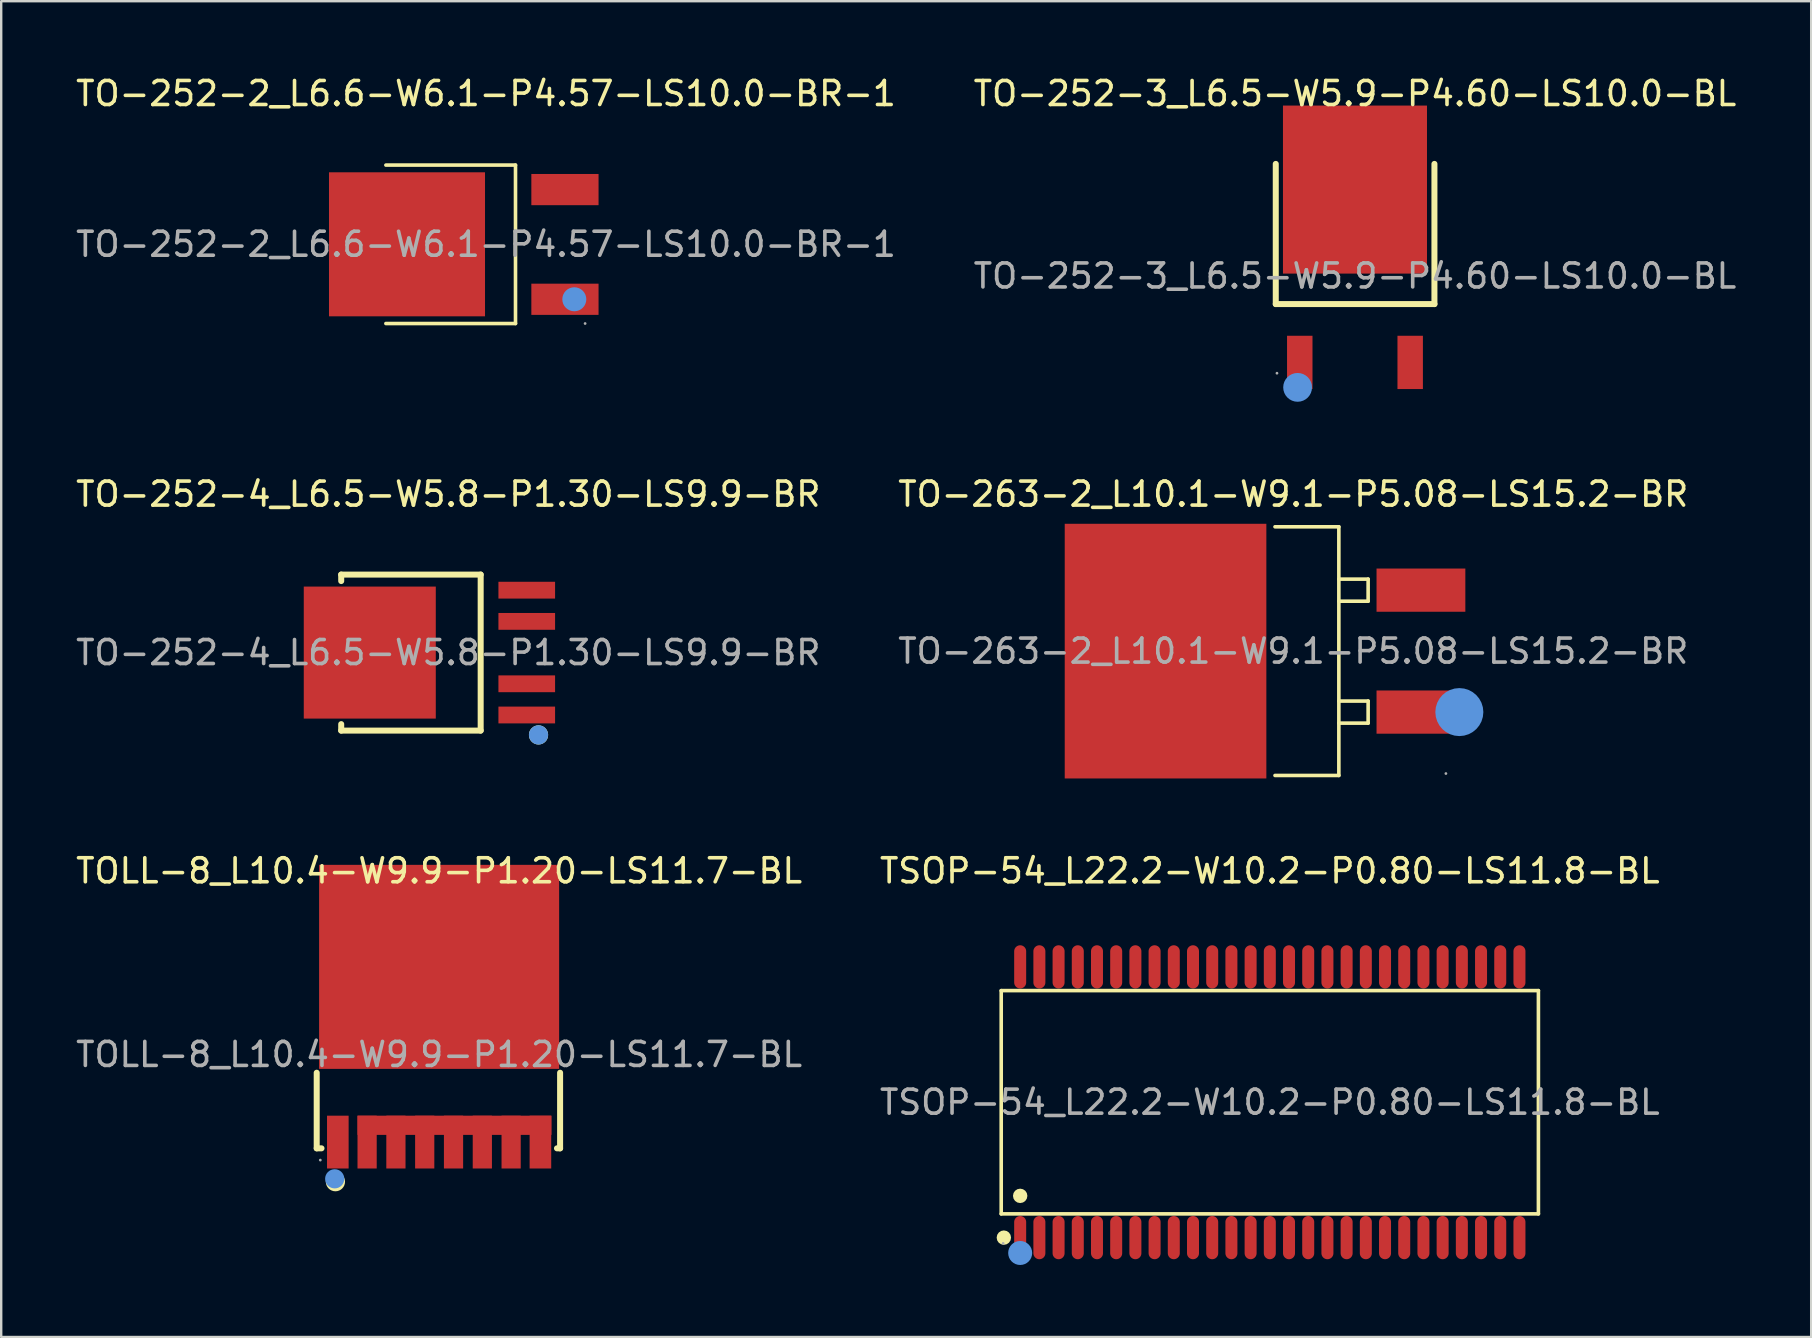
<source format=kicad_pcb>
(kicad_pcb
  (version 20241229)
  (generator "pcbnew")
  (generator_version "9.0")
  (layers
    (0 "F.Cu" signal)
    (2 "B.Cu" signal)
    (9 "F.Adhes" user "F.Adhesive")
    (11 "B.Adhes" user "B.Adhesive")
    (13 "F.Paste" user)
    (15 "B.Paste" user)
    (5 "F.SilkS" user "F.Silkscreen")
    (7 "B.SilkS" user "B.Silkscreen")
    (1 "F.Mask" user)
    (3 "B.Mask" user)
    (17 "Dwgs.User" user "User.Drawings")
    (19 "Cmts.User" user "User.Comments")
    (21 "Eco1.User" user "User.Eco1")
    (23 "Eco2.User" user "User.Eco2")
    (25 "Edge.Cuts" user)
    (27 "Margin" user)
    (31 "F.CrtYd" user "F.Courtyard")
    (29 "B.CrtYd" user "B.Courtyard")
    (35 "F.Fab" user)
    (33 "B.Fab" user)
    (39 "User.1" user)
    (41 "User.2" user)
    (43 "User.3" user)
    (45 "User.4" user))
  (footprint "TO-263-2_L10.1-W9.1-P5.08-LS15.2-BR"
    (layer "F.Cu")
    (at 50.827 24.076)
    (property "Reference" "TO-263-2_L10.1-W9.1-P5.08-LS15.2-BR" (at 0 -6.54 0) (layer "F.SilkS") (effects (font (size 1 1) (thickness 0.15))))
    (attr smd)
    (fp_line (start -0.76 -5.18) (end 1.9 -5.18) (stroke (width 0.15) (type solid)) (layer "F.SilkS"))
    (fp_line (start -0.76 5.18) (end 1.9 5.18) (stroke (width 0.15) (type solid)) (layer "F.SilkS"))
    (fp_line (start 1.9 -3) (end 3.12 -3) (stroke (width 0.15) (type solid)) (layer "F.SilkS"))
    (fp_line (start 1.9 2.08) (end 3.12 2.08) (stroke (width 0.15) (type solid)) (layer "F.SilkS"))
    (fp_line (start 1.9 5.18) (end 1.9 -5.18) (stroke (width 0.15) (type solid)) (layer "F.SilkS"))
    (fp_line (start 3.12 -3) (end 3.12 -2.08) (stroke (width 0.15) (type solid)) (layer "F.SilkS"))
    (fp_line (start 3.12 -2.08) (end 1.9 -2.08) (stroke (width 0.15) (type solid)) (layer "F.SilkS"))
    (fp_line (start 3.12 2.08) (end 3.12 3) (stroke (width 0.15) (type solid)) (layer "F.SilkS"))
    (fp_line (start 3.12 3) (end 1.9 3) (stroke (width 0.15) (type solid)) (layer "F.SilkS"))
    (fp_circle (center 6.92 2.54) (end 7.42 2.54) (stroke (width 1) (type solid)) (fill no) (layer "Cmts.User"))
    (fp_circle (center 6.36 5.1) (end 6.39 5.1) (stroke (width 0.06) (type solid)) (fill no) (layer "F.Fab"))
    (fp_text user "${REFERENCE}" (at 0 0 0) (layer "F.Fab") (effects (font (size 1 1) (thickness 0.15))))
    (pad "1" smd rect (at 5.32 2.54) (size 3.7 1.8) (layers "F.Cu" "F.Mask" "F.Paste"))
    (pad "2" smd rect (at -5.32 0) (size 8.4 10.61) (layers "F.Cu" "F.Mask" "F.Paste"))
    (pad "3" smd rect (at 5.32 -2.54) (size 3.7 1.8) (layers "F.Cu" "F.Mask" "F.Paste")))
  (footprint "TOLL-8_L10.4-W9.9-P1.20-LS11.7-BL"
    (layer "F.Cu")
    (at 15.244 40.88)
    (property "Reference" "TOLL-8_L10.4-W9.9-P1.20-LS11.7-BL" (at 0 -7.65 0) (layer "F.SilkS") (effects (font (size 1 1) (thickness 0.15))))
    (attr smd)
    (fp_line (start -5.1 0.76) (end -5.1 3.91) (stroke (width 0.25) (type solid)) (layer "F.SilkS"))
    (fp_line (start -5.1 3.91) (end -4.9 3.91) (stroke (width 0.25) (type solid)) (layer "F.SilkS"))
    (fp_line (start 4.91 3.91) (end 5.04 3.91) (stroke (width 0.25) (type solid)) (layer "F.SilkS"))
    (fp_line (start 5.04 3.91) (end 5.04 0.76) (stroke (width 0.25) (type solid)) (layer "F.SilkS"))
    (fp_circle (center -4.32 5.3) (end -4.12 5.3) (stroke (width 0.4) (type solid)) (fill no) (layer "F.SilkS"))
    (fp_circle (center -4.35 5.18) (end -4.15 5.18) (stroke (width 0.4) (type solid)) (fill no) (layer "Cmts.User"))
    (fp_circle (center -4.95 4.4) (end -4.92 4.4) (stroke (width 0.06) (type solid)) (fill no) (layer "F.Fab"))
    (fp_text user "${REFERENCE}" (at 0 0 0) (layer "F.Fab") (effects (font (size 1 1) (thickness 0.15))))
    (pad "1" smd rect (at -4.22 3.65) (size 0.9 2.2) (layers "F.Cu" "F.Mask" "F.Paste"))
    (pad "2" smd rect (at -3 3.65) (size 0.8 2.2) (layers "F.Cu" "F.Mask" "F.Paste"))
    (pad "3" smd rect (at -1.8 3.65) (size 0.8 2.2) (layers "F.Cu" "F.Mask" "F.Paste"))
    (pad "4" smd rect (at -0.6 3.65) (size 0.8 2.2) (layers "F.Cu" "F.Mask" "F.Paste"))
    (pad "5" smd rect (at 0.6 3.65) (size 0.8 2.2) (layers "F.Cu" "F.Mask" "F.Paste"))
    (pad "6" smd rect (at 1.8 3.65) (size 0.8 2.2) (layers "F.Cu" "F.Mask" "F.Paste"))
    (pad "7" smd rect (at 3 3.65) (size 0.8 2.2) (layers "F.Cu" "F.Mask" "F.Paste"))
    (pad "8" smd rect (at 0.64 2.95 90) (size 0.8 8.08) (layers "F.Cu" "F.Mask" "F.Paste"))
    (pad "8" smd rect (at 4.22 3.65) (size 0.9 2.2) (layers "F.Cu" "F.Mask" "F.Paste"))
    (pad "9" smd rect (at 0 -3.65) (size 10 8.5) (layers "F.Cu" "F.Mask" "F.Paste")))
  (footprint "TO-252-3_L6.5-W5.9-P4.60-LS10.0-BL"
    (layer "F.Cu")
    (at 53.399 8.448)
    (property "Reference" "TO-252-3_L6.5-W5.9-P4.60-LS10.0-BL" (at 0 -7.6 0) (layer "F.SilkS") (effects (font (size 1 1) (thickness 0.15))))
    (attr smd)
    (fp_line (start -3.3 -4.67) (end -3.3 1.17) (stroke (width 0.25) (type solid)) (layer "F.SilkS"))
    (fp_line (start -3.3 1.17) (end 3.31 1.17) (stroke (width 0.25) (type solid)) (layer "F.SilkS"))
    (fp_line (start 3.31 1.17) (end 3.31 -4.67) (stroke (width 0.25) (type solid)) (layer "F.SilkS"))
    (fp_circle (center -2.39 4.64) (end -2.09 4.64) (stroke (width 0.6) (type solid)) (fill no) (layer "Cmts.User"))
    (fp_circle (center -3.25 4.05) (end -3.22 4.05) (stroke (width 0.06) (type solid)) (fill no) (layer "F.Fab"))
    (fp_text user "${REFERENCE}" (at 0 0 0) (layer "F.Fab") (effects (font (size 1 1) (thickness 0.15))))
    (pad "1" smd rect (at -2.3 3.6 90) (size 2.22 1.06) (layers "F.Cu" "F.Mask" "F.Paste"))
    (pad "2" smd rect (at 0 -3.6) (size 6 7) (layers "F.Cu" "F.Mask" "F.Paste"))
    (pad "3" smd rect (at 2.3 3.6 90) (size 2.22 1.06) (layers "F.Cu" "F.Mask" "F.Paste")))
  (footprint "TSOP-54_L22.2-W10.2-P0.80-LS11.8-BL"
    (layer "F.Cu")
    (at 49.851 42.87)
    (property "Reference" "TSOP-54_L22.2-W10.2-P0.80-LS11.8-BL" (at 0 -9.64 0) (layer "F.SilkS") (effects (font (size 1 1) (thickness 0.15))))
    (attr smd)
    (fp_line (start -11.19 -4.65) (end 11.19 -4.65) (stroke (width 0.15) (type solid)) (layer "F.SilkS"))
    (fp_line (start -11.19 4.65) (end -11.19 -4.65) (stroke (width 0.15) (type solid)) (layer "F.SilkS"))
    (fp_line (start 11.19 -4.65) (end 11.19 4.65) (stroke (width 0.15) (type solid)) (layer "F.SilkS"))
    (fp_line (start 11.19 4.65) (end -11.19 4.65) (stroke (width 0.15) (type solid)) (layer "F.SilkS"))
    (fp_circle (center -11.08 5.64) (end -10.93 5.64) (stroke (width 0.3) (type solid)) (fill no) (layer "F.SilkS"))
    (fp_circle (center -10.4 3.9) (end -10.25 3.9) (stroke (width 0.3) (type solid)) (fill no) (layer "F.SilkS"))
    (fp_circle (center -10.4 6.28) (end -10.15 6.28) (stroke (width 0.5) (type solid)) (fill no) (layer "Cmts.User"))
    (fp_circle (center -11.11 5.88) (end -11.08 5.88) (stroke (width 0.06) (type solid)) (fill no) (layer "F.Fab"))
    (fp_text user "${REFERENCE}" (at 0 0 0) (layer "F.Fab") (effects (font (size 1 1) (thickness 0.15))))
    (pad "1" smd oval (at -10.4 5.64) (size 0.5 1.8) (layers "F.Cu" "F.Mask" "F.Paste"))
    (pad "2" smd oval (at -9.6 5.64) (size 0.5 1.8) (layers "F.Cu" "F.Mask" "F.Paste"))
    (pad "3" smd oval (at -8.8 5.64) (size 0.5 1.8) (layers "F.Cu" "F.Mask" "F.Paste"))
    (pad "4" smd oval (at -8 5.64) (size 0.5 1.8) (layers "F.Cu" "F.Mask" "F.Paste"))
    (pad "5" smd oval (at -7.2 5.64) (size 0.5 1.8) (layers "F.Cu" "F.Mask" "F.Paste"))
    (pad "6" smd oval (at -6.4 5.64) (size 0.5 1.8) (layers "F.Cu" "F.Mask" "F.Paste"))
    (pad "7" smd oval (at -5.6 5.64) (size 0.5 1.8) (layers "F.Cu" "F.Mask" "F.Paste"))
    (pad "8" smd oval (at -4.8 5.64) (size 0.5 1.8) (layers "F.Cu" "F.Mask" "F.Paste"))
    (pad "9" smd oval (at -4 5.64) (size 0.5 1.8) (layers "F.Cu" "F.Mask" "F.Paste"))
    (pad "10" smd oval (at -3.2 5.64) (size 0.5 1.8) (layers "F.Cu" "F.Mask" "F.Paste"))
    (pad "11" smd oval (at -2.4 5.64) (size 0.5 1.8) (layers "F.Cu" "F.Mask" "F.Paste"))
    (pad "12" smd oval (at -1.6 5.64) (size 0.5 1.8) (layers "F.Cu" "F.Mask" "F.Paste"))
    (pad "13" smd oval (at -0.8 5.64) (size 0.5 1.8) (layers "F.Cu" "F.Mask" "F.Paste"))
    (pad "14" smd oval (at 0 5.64) (size 0.5 1.8) (layers "F.Cu" "F.Mask" "F.Paste"))
    (pad "15" smd oval (at 0.8 5.64) (size 0.5 1.8) (layers "F.Cu" "F.Mask" "F.Paste"))
    (pad "16" smd oval (at 1.6 5.64) (size 0.5 1.8) (layers "F.Cu" "F.Mask" "F.Paste"))
    (pad "17" smd oval (at 2.4 5.64) (size 0.5 1.8) (layers "F.Cu" "F.Mask" "F.Paste"))
    (pad "18" smd oval (at 3.2 5.64) (size 0.5 1.8) (layers "F.Cu" "F.Mask" "F.Paste"))
    (pad "19" smd oval (at 4 5.64) (size 0.5 1.8) (layers "F.Cu" "F.Mask" "F.Paste"))
    (pad "20" smd oval (at 4.8 5.64) (size 0.5 1.8) (layers "F.Cu" "F.Mask" "F.Paste"))
    (pad "21" smd oval (at 5.6 5.64) (size 0.5 1.8) (layers "F.Cu" "F.Mask" "F.Paste"))
    (pad "22" smd oval (at 6.4 5.64) (size 0.5 1.8) (layers "F.Cu" "F.Mask" "F.Paste"))
    (pad "23" smd oval (at 7.2 5.64) (size 0.5 1.8) (layers "F.Cu" "F.Mask" "F.Paste"))
    (pad "24" smd oval (at 8 5.64) (size 0.5 1.8) (layers "F.Cu" "F.Mask" "F.Paste"))
    (pad "25" smd oval (at 8.8 5.64) (size 0.5 1.8) (layers "F.Cu" "F.Mask" "F.Paste"))
    (pad "26" smd oval (at 9.6 5.64) (size 0.5 1.8) (layers "F.Cu" "F.Mask" "F.Paste"))
    (pad "27" smd oval (at 10.4 5.64) (size 0.5 1.8) (layers "F.Cu" "F.Mask" "F.Paste"))
    (pad "28" smd oval (at 10.4 -5.64) (size 0.5 1.8) (layers "F.Cu" "F.Mask" "F.Paste"))
    (pad "29" smd oval (at 9.6 -5.64) (size 0.5 1.8) (layers "F.Cu" "F.Mask" "F.Paste"))
    (pad "30" smd oval (at 8.8 -5.64) (size 0.5 1.8) (layers "F.Cu" "F.Mask" "F.Paste"))
    (pad "31" smd oval (at 8 -5.64) (size 0.5 1.8) (layers "F.Cu" "F.Mask" "F.Paste"))
    (pad "32" smd oval (at 7.2 -5.64) (size 0.5 1.8) (layers "F.Cu" "F.Mask" "F.Paste"))
    (pad "33" smd oval (at 6.4 -5.64) (size 0.5 1.8) (layers "F.Cu" "F.Mask" "F.Paste"))
    (pad "34" smd oval (at 5.6 -5.64) (size 0.5 1.8) (layers "F.Cu" "F.Mask" "F.Paste"))
    (pad "35" smd oval (at 4.8 -5.64) (size 0.5 1.8) (layers "F.Cu" "F.Mask" "F.Paste"))
    (pad "36" smd oval (at 4 -5.64) (size 0.5 1.8) (layers "F.Cu" "F.Mask" "F.Paste"))
    (pad "37" smd oval (at 3.2 -5.64) (size 0.5 1.8) (layers "F.Cu" "F.Mask" "F.Paste"))
    (pad "38" smd oval (at 2.4 -5.64) (size 0.5 1.8) (layers "F.Cu" "F.Mask" "F.Paste"))
    (pad "39" smd oval (at 1.6 -5.64) (size 0.5 1.8) (layers "F.Cu" "F.Mask" "F.Paste"))
    (pad "40" smd oval (at 0.8 -5.64) (size 0.5 1.8) (layers "F.Cu" "F.Mask" "F.Paste"))
    (pad "41" smd oval (at 0 -5.64) (size 0.5 1.8) (layers "F.Cu" "F.Mask" "F.Paste"))
    (pad "42" smd oval (at -0.8 -5.64) (size 0.5 1.8) (layers "F.Cu" "F.Mask" "F.Paste"))
    (pad "43" smd oval (at -1.6 -5.64) (size 0.5 1.8) (layers "F.Cu" "F.Mask" "F.Paste"))
    (pad "44" smd oval (at -2.4 -5.64) (size 0.5 1.8) (layers "F.Cu" "F.Mask" "F.Paste"))
    (pad "45" smd oval (at -3.2 -5.64) (size 0.5 1.8) (layers "F.Cu" "F.Mask" "F.Paste"))
    (pad "46" smd oval (at -4 -5.64) (size 0.5 1.8) (layers "F.Cu" "F.Mask" "F.Paste"))
    (pad "47" smd oval (at -4.8 -5.64) (size 0.5 1.8) (layers "F.Cu" "F.Mask" "F.Paste"))
    (pad "48" smd oval (at -5.6 -5.64) (size 0.5 1.8) (layers "F.Cu" "F.Mask" "F.Paste"))
    (pad "49" smd oval (at -6.4 -5.64) (size 0.5 1.8) (layers "F.Cu" "F.Mask" "F.Paste"))
    (pad "50" smd oval (at -7.2 -5.64) (size 0.5 1.8) (layers "F.Cu" "F.Mask" "F.Paste"))
    (pad "51" smd oval (at -8 -5.64) (size 0.5 1.8) (layers "F.Cu" "F.Mask" "F.Paste"))
    (pad "52" smd oval (at -8.8 -5.64) (size 0.5 1.8) (layers "F.Cu" "F.Mask" "F.Paste"))
    (pad "53" smd oval (at -9.6 -5.64) (size 0.5 1.8) (layers "F.Cu" "F.Mask" "F.Paste"))
    (pad "54" smd oval (at -10.4 -5.64) (size 0.5 1.8) (layers "F.Cu" "F.Mask" "F.Paste")))
  (footprint "TO-252-2_L6.6-W6.1-P4.57-LS10.0-BR-1"
    (layer "F.Cu")
    (at 17.196 7.128)
    (property "Reference" "TO-252-2_L6.6-W6.1-P4.57-LS10.0-BR-1" (at 0 -6.28 0) (layer "F.SilkS") (effects (font (size 1 1) (thickness 0.15))))
    (attr smd)
    (fp_line (start -4.17 -3.3) (end 1.23 -3.3) (stroke (width 0.15) (type solid)) (layer "F.SilkS"))
    (fp_line (start 1.23 -3.3) (end 1.23 3.3) (stroke (width 0.15) (type solid)) (layer "F.SilkS"))
    (fp_line (start 1.23 3.3) (end -4.17 3.3) (stroke (width 0.15) (type solid)) (layer "F.SilkS"))
    (fp_circle (center 3.68 2.29) (end 3.93 2.29) (stroke (width 0.5) (type solid)) (fill no) (layer "Cmts.User"))
    (fp_circle (center 4.13 3.3) (end 4.16 3.3) (stroke (width 0.06) (type solid)) (fill no) (layer "F.Fab"))
    (fp_text user "${REFERENCE}" (at 0 0 0) (layer "F.Fab") (effects (font (size 1 1) (thickness 0.15))))
    (pad "1" smd rect (at 3.29 2.29) (size 2.8 1.3) (layers "F.Cu" "F.Mask" "F.Paste"))
    (pad "2" smd rect (at -3.29 0) (size 6.5 6) (layers "F.Cu" "F.Mask" "F.Paste"))
    (pad "3" smd rect (at 3.29 -2.28) (size 2.8 1.3) (layers "F.Cu" "F.Mask" "F.Paste")))
  (footprint "TO-252-4_L6.5-W5.8-P1.30-LS9.9-BR"
    (layer "F.Cu")
    (at 15.625 24.137)
    (property "Reference" "TO-252-4_L6.5-W5.8-P1.30-LS9.9-BR" (at 0 -6.6 0) (layer "F.SilkS") (effects (font (size 1 1) (thickness 0.15))))
    (attr smd)
    (fp_line (start -4.46 -3.25) (end 1.35 -3.25) (stroke (width 0.25) (type solid)) (layer "F.SilkS"))
    (fp_line (start -4.46 -2.98) (end -4.46 -3.25) (stroke (width 0.25) (type solid)) (layer "F.SilkS"))
    (fp_line (start -4.46 3.25) (end -4.46 2.98) (stroke (width 0.25) (type solid)) (layer "F.SilkS"))
    (fp_line (start 1.35 -3.25) (end 1.35 3.25) (stroke (width 0.25) (type solid)) (layer "F.SilkS"))
    (fp_line (start 1.35 3.25) (end -4.46 3.25) (stroke (width 0.25) (type solid)) (layer "F.SilkS"))
    (fp_circle (center 3.76 3.43) (end 3.96 3.43) (stroke (width 0.4) (type solid)) (fill no) (layer "F.SilkS"))
    (fp_circle (center 3.76 3.43) (end 3.96 3.43) (stroke (width 0.4) (type solid)) (fill no) (layer "Cmts.User"))
    (fp_circle (center 3.98 3.25) (end 4.01 3.25) (stroke (width 0.06) (type solid)) (fill no) (layer "F.Fab"))
    (fp_text user "${REFERENCE}" (at 0 0 0) (layer "F.Fab") (effects (font (size 1 1) (thickness 0.15))))
    (pad "1" smd rect (at 3.27 2.6 90) (size 0.7 2.36) (layers "F.Cu" "F.Mask" "F.Paste"))
    (pad "2" smd rect (at 3.27 1.3 90) (size 0.7 2.36) (layers "F.Cu" "F.Mask" "F.Paste"))
    (pad "3" smd rect (at -3.27 0 90) (size 5.5 5.5) (layers "F.Cu" "F.Mask" "F.Paste"))
    (pad "4" smd rect (at 3.27 -1.3 90) (size 0.7 2.36) (layers "F.Cu" "F.Mask" "F.Paste"))
    (pad "5" smd rect (at 3.27 -2.6 90) (size 0.7 2.36) (layers "F.Cu" "F.Mask" "F.Paste")))
  (gr_rect
    (start -3 -3)
    (end 72.405 52.65)
    (stroke (width 0.1) (type default))
    (fill no)
    (layer "Edge.Cuts")))
</source>
